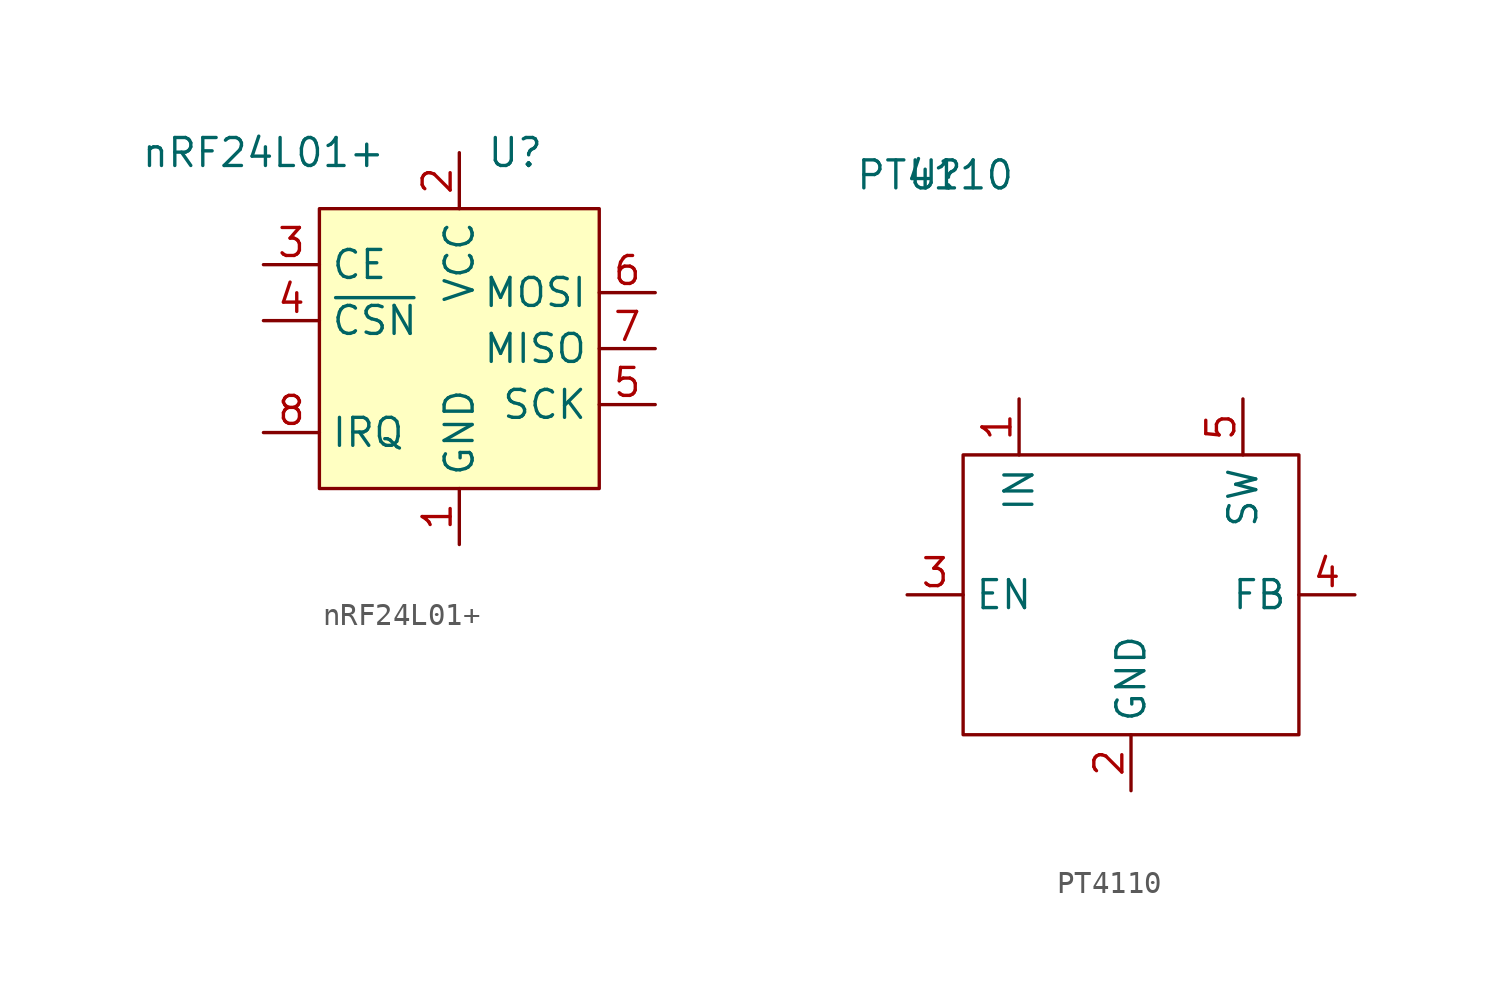
<source format=kicad_sym>
(kicad_symbol_lib
  (version 20211014)
  (generator kicad_symbol_editor)
  (symbol "nRF24L01+"
    (property "Reference" "U"
      (at 2.54 8.89 0)
      (effects (font (size 1.27 1.27))))
    (property "Value" "nRF24L01+"
      (at -8.89 8.89 0)
      (effects (font (size 1.27 1.27))))
    (symbol "nRF24L01+_0_1"
      (rectangle (start -6.35 6.35) (end 6.35 -6.35) (stroke (width 0) (type default) (color 0 0 0 0)) (fill (type background))))
    (symbol "nRF24L01+_1_1"
      (pin power_in line (at 0 -8.89 90) (length 2.54) (name "GND" (effects (font (size 1.27 1.27)))) (number "1" (effects (font (size 1.27 1.27)))))
      (pin power_in line (at 0 8.89 270) (length 2.54) (name "VCC" (effects (font (size 1.27 1.27)))) (number "2" (effects (font (size 1.27 1.27)))))
      (pin input line (at -8.89 3.81 0) (length 2.54) (name "CE" (effects (font (size 1.27 1.27)))) (number "3" (effects (font (size 1.27 1.27)))))
      (pin input line (at -8.89 1.27 0) (length 2.54) (name "~{CSN}" (effects (font (size 1.27 1.27)))) (number "4" (effects (font (size 1.27 1.27)))))
      (pin input line (at 8.89 -2.54 180) (length 2.54) (name "SCK" (effects (font (size 1.27 1.27)))) (number "5" (effects (font (size 1.27 1.27)))))
      (pin input line (at 8.89 2.54 180) (length 2.54) (name "MOSI" (effects (font (size 1.27 1.27)))) (number "6" (effects (font (size 1.27 1.27)))))
      (pin output line (at 8.89 0 180) (length 2.54) (name "MISO" (effects (font (size 1.27 1.27)))) (number "7" (effects (font (size 1.27 1.27)))))
      (pin input line (at -8.89 -3.81 0) (length 2.54) (name "IRQ" (effects (font (size 1.27 1.27)))) (number "8" (effects (font (size 1.27 1.27)))))))
  (symbol "PT4110"
    (property "Reference" "U"
      (at -8.89 19.05 0)
      (effects (font (size 1.27 1.27))))
    (property "Value" "PT4110"
      (at -8.89 19.05 0)
      (effects (font (size 1.27 1.27))))
    (symbol "PT4110_0_1"
      (rectangle (start -7.62 6.35) (end 7.62 -6.35) (stroke (width 0) (type default) (color 0 0 0 0)) (fill (type none))))
    (symbol "PT4110_1_1"
      (pin passive line (at -5.08 8.89 270) (length 2.54) (name "IN" (effects (font (size 1.27 1.27)))) (number "1" (effects (font (size 1.27 1.27)))))
      (pin power_in line (at 0 -8.89 90) (length 2.54) (name "GND" (effects (font (size 1.27 1.27)))) (number "2" (effects (font (size 1.27 1.27)))))
      (pin input line (at -10.16 0 0) (length 2.54) (name "EN" (effects (font (size 1.27 1.27)))) (number "3" (effects (font (size 1.27 1.27)))))
      (pin passive line (at 10.16 0 180) (length 2.54) (name "FB" (effects (font (size 1.27 1.27)))) (number "4" (effects (font (size 1.27 1.27)))))
      (pin passive line (at 5.08 8.89 270) (length 2.54) (name "SW" (effects (font (size 1.27 1.27)))) (number "5" (effects (font (size 1.27 1.27))))))))
</source>
